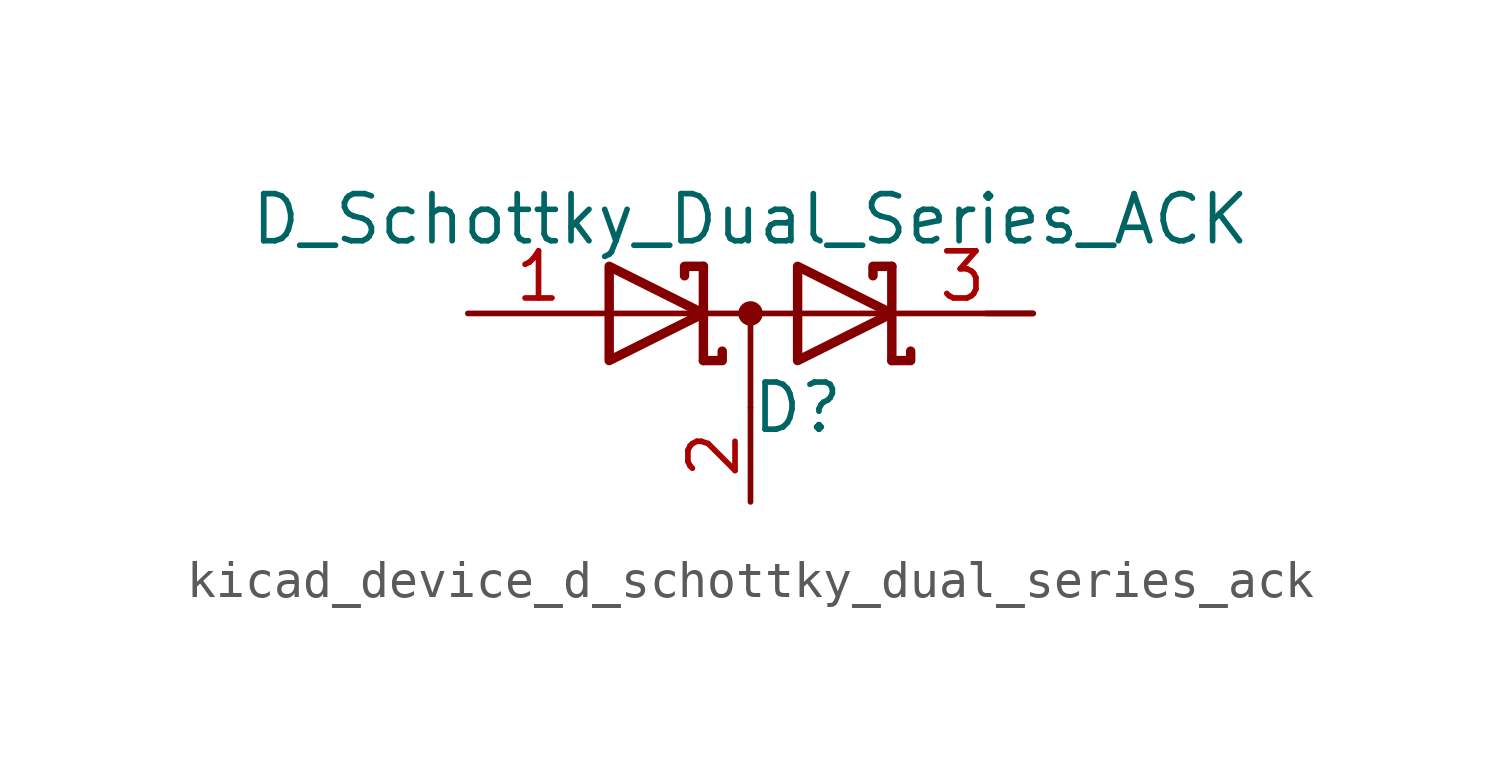
<source format=kicad_sym>
(kicad_symbol_lib
  (version 20220914)
  (generator kicad_symbol_editor)
  (symbol "kicad_device_d_schottky_dual_series_ack"
    (pin_names
      (offset 0.762) hide)
    (property "Reference" "D"
      (at 1.27 -2.54 0)
      (effects (font (size 1.27 1.27))))
    (property "Value" "D_Schottky_Dual_Series_ACK"
      (at 0 2.54 0)
      (effects (font (size 1.27 1.27))))
    (symbol "kicad_device_d_schottky_dual_series_ack_0_1"
      (polyline (pts (xy 0 0) (xy 0 -2.54)) (stroke (width 0) (type default)) (fill (type none)))
      (polyline (pts (xy 3.81 0) (xy -3.81 0)) (stroke (width 0) (type default)) (fill (type none)))
      (polyline (pts (xy 6.35 0) (xy 7.62 0)) (stroke (width 0) (type default)) (fill (type none)))
      (polyline (pts (xy -1.27 -1.27) (xy -1.27 1.27) (xy -1.27 1.27)) (stroke (width 0.254) (type default)) (fill (type none)))
      (polyline (pts (xy 3.81 1.27) (xy 3.81 -1.27) (xy 3.81 -1.27)) (stroke (width 0.254) (type default)) (fill (type none)))
      (polyline (pts (xy -1.27 -1.27) (xy -0.762 -1.27) (xy -0.762 -1.016) (xy -0.762 -1.016)) (stroke (width 0.254) (type default)) (fill (type none)))
      (polyline (pts (xy 3.81 -1.27) (xy 4.318 -1.27) (xy 4.318 -1.016) (xy 4.318 -1.016)) (stroke (width 0.254) (type default)) (fill (type none)))
      (polyline (pts (xy 3.81 1.27) (xy 3.302 1.27) (xy 3.302 1.016) (xy 3.302 1.016)) (stroke (width 0.254) (type default)) (fill (type none)))
      (polyline (pts (xy -1.778 1.016) (xy -1.778 1.27) (xy -1.27 1.27) (xy -1.27 1.27) (xy -1.27 1.27)) (stroke (width 0.254) (type default)) (fill (type none)))
      (polyline (pts (xy -3.81 1.27) (xy -1.27 0) (xy -3.81 -1.27) (xy -3.81 1.27) (xy -3.81 1.27) (xy -3.81 1.27)) (stroke (width 0.254) (type default)) (fill (type none)))
      (polyline (pts (xy 1.27 1.27) (xy 3.81 0) (xy 1.27 -1.27) (xy 1.27 1.27) (xy 1.27 1.27) (xy 1.27 1.27)) (stroke (width 0.254) (type default)) (fill (type none)))
      (circle (center 0 0) (radius 0.254) (stroke (width 0) (type default)) (fill (type outline)))
      (pin passive line (at -7.62 0 0) (length 3.81) (name "A" (effects (font (size 1.27 1.27)))) (number "1" (effects (font (size 1.27 1.27)))))
      (pin passive line (at 0 -5.08 90) (length 2.54) (name "common" (effects (font (size 1.27 1.27)))) (number "2" (effects (font (size 1.27 1.27)))))
      (pin passive line (at 7.62 0 180) (length 3.81) (name "K" (effects (font (size 1.27 1.27)))) (number "3" (effects (font (size 1.27 1.27))))))))
</source>
